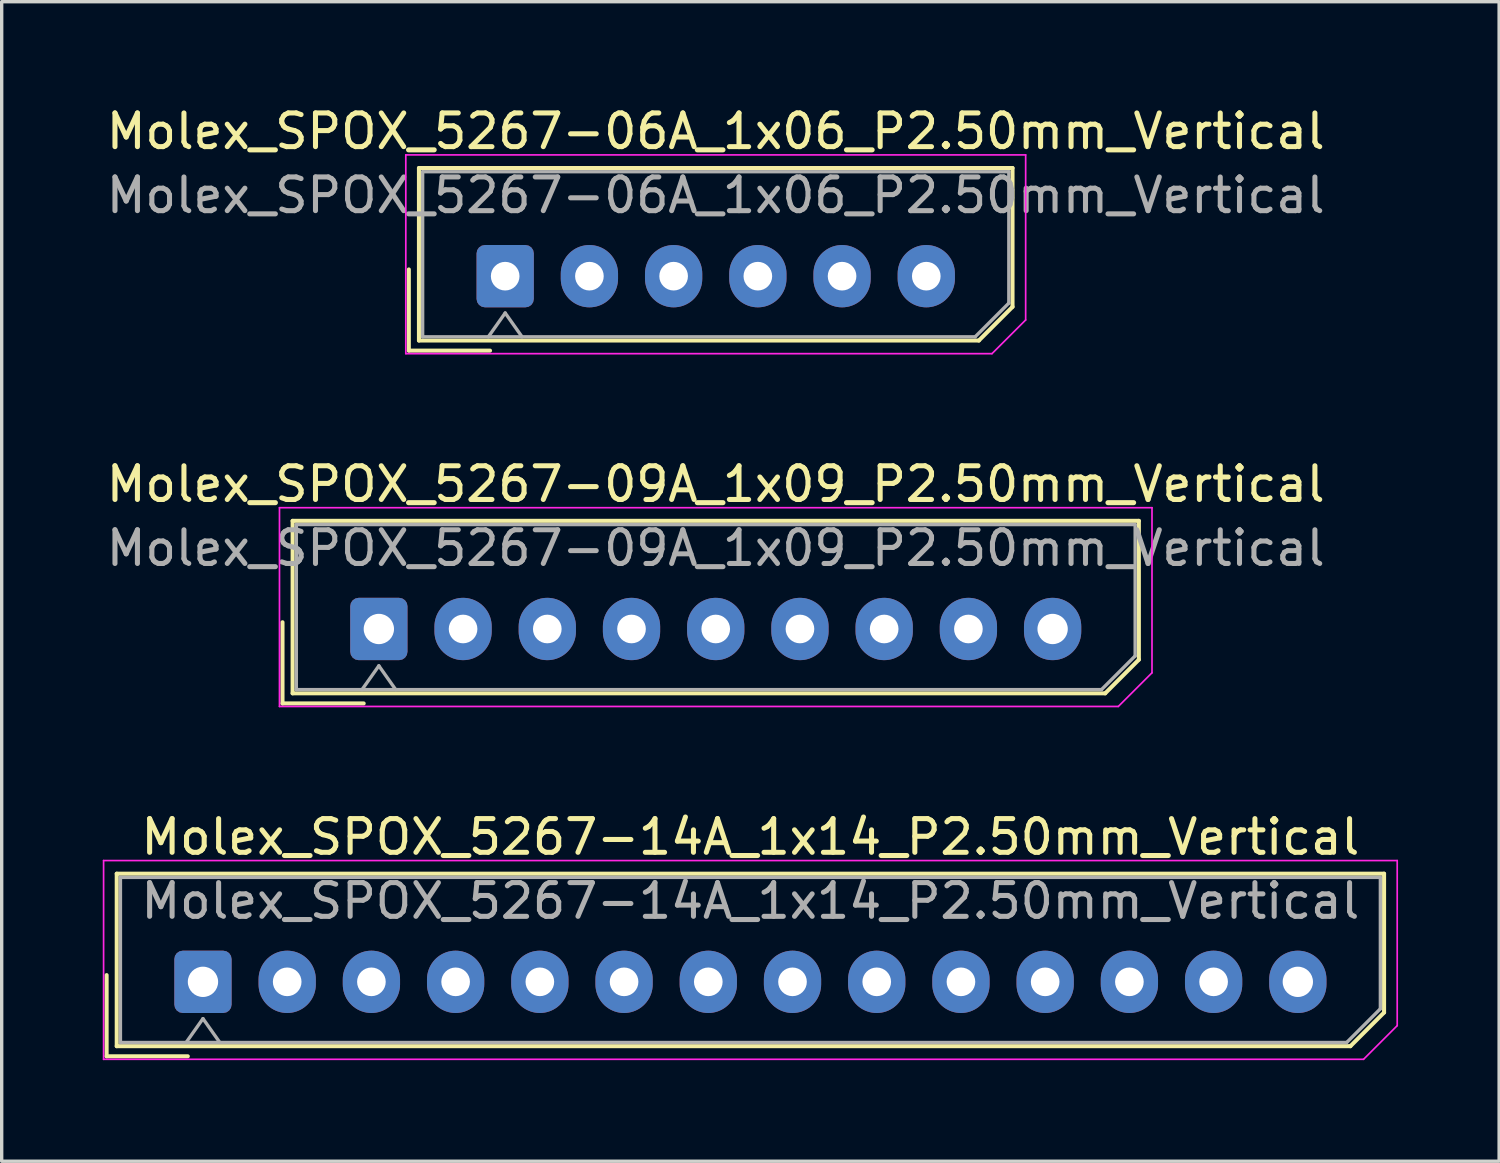
<source format=kicad_pcb>
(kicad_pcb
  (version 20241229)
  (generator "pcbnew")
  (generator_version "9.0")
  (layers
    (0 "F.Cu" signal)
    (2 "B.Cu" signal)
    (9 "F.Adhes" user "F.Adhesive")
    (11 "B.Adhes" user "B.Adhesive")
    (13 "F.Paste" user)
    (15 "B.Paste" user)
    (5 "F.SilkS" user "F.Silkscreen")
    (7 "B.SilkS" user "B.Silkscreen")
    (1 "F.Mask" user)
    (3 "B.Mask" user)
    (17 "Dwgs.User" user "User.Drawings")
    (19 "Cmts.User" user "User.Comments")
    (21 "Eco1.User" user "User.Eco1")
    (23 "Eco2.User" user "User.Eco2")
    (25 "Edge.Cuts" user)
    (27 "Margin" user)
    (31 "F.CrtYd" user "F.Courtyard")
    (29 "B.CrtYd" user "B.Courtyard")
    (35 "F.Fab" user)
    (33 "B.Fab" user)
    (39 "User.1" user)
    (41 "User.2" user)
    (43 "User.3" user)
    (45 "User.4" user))
  (footprint "Molex_SPOX_5267-14A_1x14_P2.50mm_Vertical"
    (layer "F.Cu")
    (at 2.975 26.095)
    (property "Reference" "Molex_SPOX_5267-14A_1x14_P2.50mm_Vertical" (at 16.25 -4.3 0) (layer "F.SilkS") (effects (font (size 1 1) (thickness 0.15))))
    (attr through_hole)
    (fp_line (start -2.86 -0.2) (end -2.86 2.21) (stroke (width 0.12) (type solid)) (layer "F.SilkS"))
    (fp_line (start -2.86 2.21) (end -0.45 2.21) (stroke (width 0.12) (type solid)) (layer "F.SilkS"))
    (fp_line (start -2.56 -3.21) (end -2.56 1.91) (stroke (width 0.12) (type solid)) (layer "F.SilkS"))
    (fp_line (start -2.56 1.91) (end 34.06 1.91) (stroke (width 0.12) (type solid)) (layer "F.SilkS"))
    (fp_line (start 34.06 1.91) (end 35.06 0.91) (stroke (width 0.12) (type solid)) (layer "F.SilkS"))
    (fp_line (start 35.06 -3.21) (end -2.56 -3.21) (stroke (width 0.12) (type solid)) (layer "F.SilkS"))
    (fp_line (start 35.06 0.91) (end 35.06 -3.21) (stroke (width 0.12) (type solid)) (layer "F.SilkS"))
    (fp_line (start -2.95 -3.6) (end -2.95 2.3) (stroke (width 0.05) (type solid)) (layer "F.CrtYd"))
    (fp_line (start -2.95 2.3) (end 34.45 2.3) (stroke (width 0.05) (type solid)) (layer "F.CrtYd"))
    (fp_line (start 34.45 2.3) (end 35.45 1.3) (stroke (width 0.05) (type solid)) (layer "F.CrtYd"))
    (fp_line (start 35.45 -3.6) (end -2.95 -3.6) (stroke (width 0.05) (type solid)) (layer "F.CrtYd"))
    (fp_line (start 35.45 1.3) (end 35.45 -3.6) (stroke (width 0.05) (type solid)) (layer "F.CrtYd"))
    (fp_line (start -2.45 -3.1) (end -2.45 1.8) (stroke (width 0.1) (type solid)) (layer "F.Fab"))
    (fp_line (start -2.45 1.8) (end 33.95 1.8) (stroke (width 0.1) (type solid)) (layer "F.Fab"))
    (fp_line (start -0.5 1.8) (end 0 1.093) (stroke (width 0.1) (type solid)) (layer "F.Fab"))
    (fp_line (start 0 1.093) (end 0.5 1.8) (stroke (width 0.1) (type solid)) (layer "F.Fab"))
    (fp_line (start 33.95 1.8) (end 34.95 0.8) (stroke (width 0.1) (type solid)) (layer "F.Fab"))
    (fp_line (start 34.95 -3.1) (end -2.45 -3.1) (stroke (width 0.1) (type solid)) (layer "F.Fab"))
    (fp_line (start 34.95 0.8) (end 34.95 -3.1) (stroke (width 0.1) (type solid)) (layer "F.Fab"))
    (fp_text user "${REFERENCE}" (at 16.25 -2.4 0) (layer "F.Fab") (effects (font (size 1 1) (thickness 0.15))))
    (pad "1" thru_hole roundrect (at 0 0) (size 1.7 1.85) (drill 0.9) (layers "*.Cu" "*.Mask") (roundrect_rratio 0.147))
    (pad "2" thru_hole oval (at 2.5 0) (size 1.7 1.85) (drill 0.85) (layers "*.Cu" "*.Mask"))
    (pad "3" thru_hole oval (at 5 0) (size 1.7 1.85) (drill 0.85) (layers "*.Cu" "*.Mask"))
    (pad "4" thru_hole oval (at 7.5 0) (size 1.7 1.85) (drill 0.85) (layers "*.Cu" "*.Mask"))
    (pad "5" thru_hole oval (at 10 0) (size 1.7 1.85) (drill 0.85) (layers "*.Cu" "*.Mask"))
    (pad "6" thru_hole oval (at 12.5 0) (size 1.7 1.85) (drill 0.85) (layers "*.Cu" "*.Mask"))
    (pad "7" thru_hole oval (at 15 0) (size 1.7 1.85) (drill 0.85) (layers "*.Cu" "*.Mask"))
    (pad "8" thru_hole oval (at 17.5 0) (size 1.7 1.85) (drill 0.85) (layers "*.Cu" "*.Mask"))
    (pad "9" thru_hole oval (at 20 0) (size 1.7 1.85) (drill 0.85) (layers "*.Cu" "*.Mask"))
    (pad "10" thru_hole oval (at 22.5 0) (size 1.7 1.85) (drill 0.85) (layers "*.Cu" "*.Mask"))
    (pad "11" thru_hole oval (at 25 0) (size 1.7 1.85) (drill 0.85) (layers "*.Cu" "*.Mask"))
    (pad "12" thru_hole oval (at 27.5 0) (size 1.7 1.85) (drill 0.85) (layers "*.Cu" "*.Mask"))
    (pad "13" thru_hole oval (at 30 0) (size 1.7 1.85) (drill 0.85) (layers "*.Cu" "*.Mask"))
    (pad "14" thru_hole oval (at 32.5 0) (size 1.7 1.85) (drill 0.9) (layers "*.Cu" "*.Mask")))
  (footprint "Molex_SPOX_5267-06A_1x06_P2.50mm_Vertical"
    (layer "F.Cu")
    (at 11.946 5.148)
    (property "Reference" "Molex_SPOX_5267-06A_1x06_P2.50mm_Vertical" (at 6.25 -4.3 0) (layer "F.SilkS") (effects (font (size 1 1) (thickness 0.15))))
    (attr through_hole)
    (fp_line (start -2.86 -0.2) (end -2.86 2.21) (stroke (width 0.12) (type solid)) (layer "F.SilkS"))
    (fp_line (start -2.86 2.21) (end -0.45 2.21) (stroke (width 0.12) (type solid)) (layer "F.SilkS"))
    (fp_line (start -2.56 -3.21) (end -2.56 1.91) (stroke (width 0.12) (type solid)) (layer "F.SilkS"))
    (fp_line (start -2.56 1.91) (end 14.06 1.91) (stroke (width 0.12) (type solid)) (layer "F.SilkS"))
    (fp_line (start 14.06 1.91) (end 15.06 0.91) (stroke (width 0.12) (type solid)) (layer "F.SilkS"))
    (fp_line (start 15.06 -3.21) (end -2.56 -3.21) (stroke (width 0.12) (type solid)) (layer "F.SilkS"))
    (fp_line (start 15.06 0.91) (end 15.06 -3.21) (stroke (width 0.12) (type solid)) (layer "F.SilkS"))
    (fp_line (start -2.95 -3.6) (end -2.95 2.3) (stroke (width 0.05) (type solid)) (layer "F.CrtYd"))
    (fp_line (start -2.95 2.3) (end 14.45 2.3) (stroke (width 0.05) (type solid)) (layer "F.CrtYd"))
    (fp_line (start 14.45 2.3) (end 15.45 1.3) (stroke (width 0.05) (type solid)) (layer "F.CrtYd"))
    (fp_line (start 15.45 -3.6) (end -2.95 -3.6) (stroke (width 0.05) (type solid)) (layer "F.CrtYd"))
    (fp_line (start 15.45 1.3) (end 15.45 -3.6) (stroke (width 0.05) (type solid)) (layer "F.CrtYd"))
    (fp_line (start -2.45 -3.1) (end -2.45 1.8) (stroke (width 0.1) (type solid)) (layer "F.Fab"))
    (fp_line (start -2.45 1.8) (end 13.95 1.8) (stroke (width 0.1) (type solid)) (layer "F.Fab"))
    (fp_line (start -0.5 1.8) (end 0 1.093) (stroke (width 0.1) (type solid)) (layer "F.Fab"))
    (fp_line (start 0 1.093) (end 0.5 1.8) (stroke (width 0.1) (type solid)) (layer "F.Fab"))
    (fp_line (start 13.95 1.8) (end 14.95 0.8) (stroke (width 0.1) (type solid)) (layer "F.Fab"))
    (fp_line (start 14.95 -3.1) (end -2.45 -3.1) (stroke (width 0.1) (type solid)) (layer "F.Fab"))
    (fp_line (start 14.95 0.8) (end 14.95 -3.1) (stroke (width 0.1) (type solid)) (layer "F.Fab"))
    (fp_text user "${REFERENCE}" (at 6.25 -2.4 0) (layer "F.Fab") (effects (font (size 1 1) (thickness 0.15))))
    (pad "1" thru_hole roundrect (at 0 0) (size 1.7 1.85) (drill 0.85) (layers "*.Cu" "*.Mask") (roundrect_rratio 0.147))
    (pad "2" thru_hole oval (at 2.5 0) (size 1.7 1.85) (drill 0.85) (layers "*.Cu" "*.Mask"))
    (pad "3" thru_hole oval (at 5 0) (size 1.7 1.85) (drill 0.85) (layers "*.Cu" "*.Mask"))
    (pad "4" thru_hole oval (at 7.5 0) (size 1.7 1.85) (drill 0.85) (layers "*.Cu" "*.Mask"))
    (pad "5" thru_hole oval (at 10 0) (size 1.7 1.85) (drill 0.85) (layers "*.Cu" "*.Mask"))
    (pad "6" thru_hole oval (at 12.5 0) (size 1.7 1.85) (drill 0.85) (layers "*.Cu" "*.Mask")))
  (footprint "Molex_SPOX_5267-09A_1x09_P2.50mm_Vertical"
    (layer "F.Cu")
    (at 8.196 15.621)
    (property "Reference" "Molex_SPOX_5267-09A_1x09_P2.50mm_Vertical" (at 10 -4.3 0) (layer "F.SilkS") (effects (font (size 1 1) (thickness 0.15))))
    (attr through_hole)
    (fp_line (start -2.86 -0.2) (end -2.86 2.21) (stroke (width 0.12) (type solid)) (layer "F.SilkS"))
    (fp_line (start -2.86 2.21) (end -0.45 2.21) (stroke (width 0.12) (type solid)) (layer "F.SilkS"))
    (fp_line (start -2.56 -3.21) (end -2.56 1.91) (stroke (width 0.12) (type solid)) (layer "F.SilkS"))
    (fp_line (start -2.56 1.91) (end 21.56 1.91) (stroke (width 0.12) (type solid)) (layer "F.SilkS"))
    (fp_line (start 21.56 1.91) (end 22.56 0.91) (stroke (width 0.12) (type solid)) (layer "F.SilkS"))
    (fp_line (start 22.56 -3.21) (end -2.56 -3.21) (stroke (width 0.12) (type solid)) (layer "F.SilkS"))
    (fp_line (start 22.56 0.91) (end 22.56 -3.21) (stroke (width 0.12) (type solid)) (layer "F.SilkS"))
    (fp_line (start -2.95 -3.6) (end -2.95 2.3) (stroke (width 0.05) (type solid)) (layer "F.CrtYd"))
    (fp_line (start -2.95 2.3) (end 21.95 2.3) (stroke (width 0.05) (type solid)) (layer "F.CrtYd"))
    (fp_line (start 21.95 2.3) (end 22.95 1.3) (stroke (width 0.05) (type solid)) (layer "F.CrtYd"))
    (fp_line (start 22.95 -3.6) (end -2.95 -3.6) (stroke (width 0.05) (type solid)) (layer "F.CrtYd"))
    (fp_line (start 22.95 1.3) (end 22.95 -3.6) (stroke (width 0.05) (type solid)) (layer "F.CrtYd"))
    (fp_line (start -2.45 -3.1) (end -2.45 1.8) (stroke (width 0.1) (type solid)) (layer "F.Fab"))
    (fp_line (start -2.45 1.8) (end 21.45 1.8) (stroke (width 0.1) (type solid)) (layer "F.Fab"))
    (fp_line (start -0.5 1.8) (end 0 1.093) (stroke (width 0.1) (type solid)) (layer "F.Fab"))
    (fp_line (start 0 1.093) (end 0.5 1.8) (stroke (width 0.1) (type solid)) (layer "F.Fab"))
    (fp_line (start 21.45 1.8) (end 22.45 0.8) (stroke (width 0.1) (type solid)) (layer "F.Fab"))
    (fp_line (start 22.45 -3.1) (end -2.45 -3.1) (stroke (width 0.1) (type solid)) (layer "F.Fab"))
    (fp_line (start 22.45 0.8) (end 22.45 -3.1) (stroke (width 0.1) (type solid)) (layer "F.Fab"))
    (fp_text user "${REFERENCE}" (at 10 -2.4 0) (layer "F.Fab") (effects (font (size 1 1) (thickness 0.15))))
    (pad "1" thru_hole roundrect (at 0 0) (size 1.7 1.85) (drill 0.9) (layers "*.Cu" "*.Mask") (roundrect_rratio 0.147))
    (pad "2" thru_hole oval (at 2.5 0) (size 1.7 1.85) (drill 0.85) (layers "*.Cu" "*.Mask"))
    (pad "3" thru_hole oval (at 5 0) (size 1.7 1.85) (drill 0.85) (layers "*.Cu" "*.Mask"))
    (pad "4" thru_hole oval (at 7.5 0) (size 1.7 1.85) (drill 0.85) (layers "*.Cu" "*.Mask"))
    (pad "5" thru_hole oval (at 10 0) (size 1.7 1.85) (drill 0.85) (layers "*.Cu" "*.Mask"))
    (pad "6" thru_hole oval (at 12.5 0) (size 1.7 1.85) (drill 0.85) (layers "*.Cu" "*.Mask"))
    (pad "7" thru_hole oval (at 15 0) (size 1.7 1.85) (drill 0.85) (layers "*.Cu" "*.Mask"))
    (pad "8" thru_hole oval (at 17.5 0) (size 1.7 1.85) (drill 0.85) (layers "*.Cu" "*.Mask"))
    (pad "9" thru_hole oval (at 20 0) (size 1.7 1.85) (drill 0.9) (layers "*.Cu" "*.Mask")))
  (gr_rect
    (start -3 -3)
    (end 41.45 31.42)
    (stroke (width 0.1) (type default))
    (fill no)
    (layer "Edge.Cuts")))
</source>
